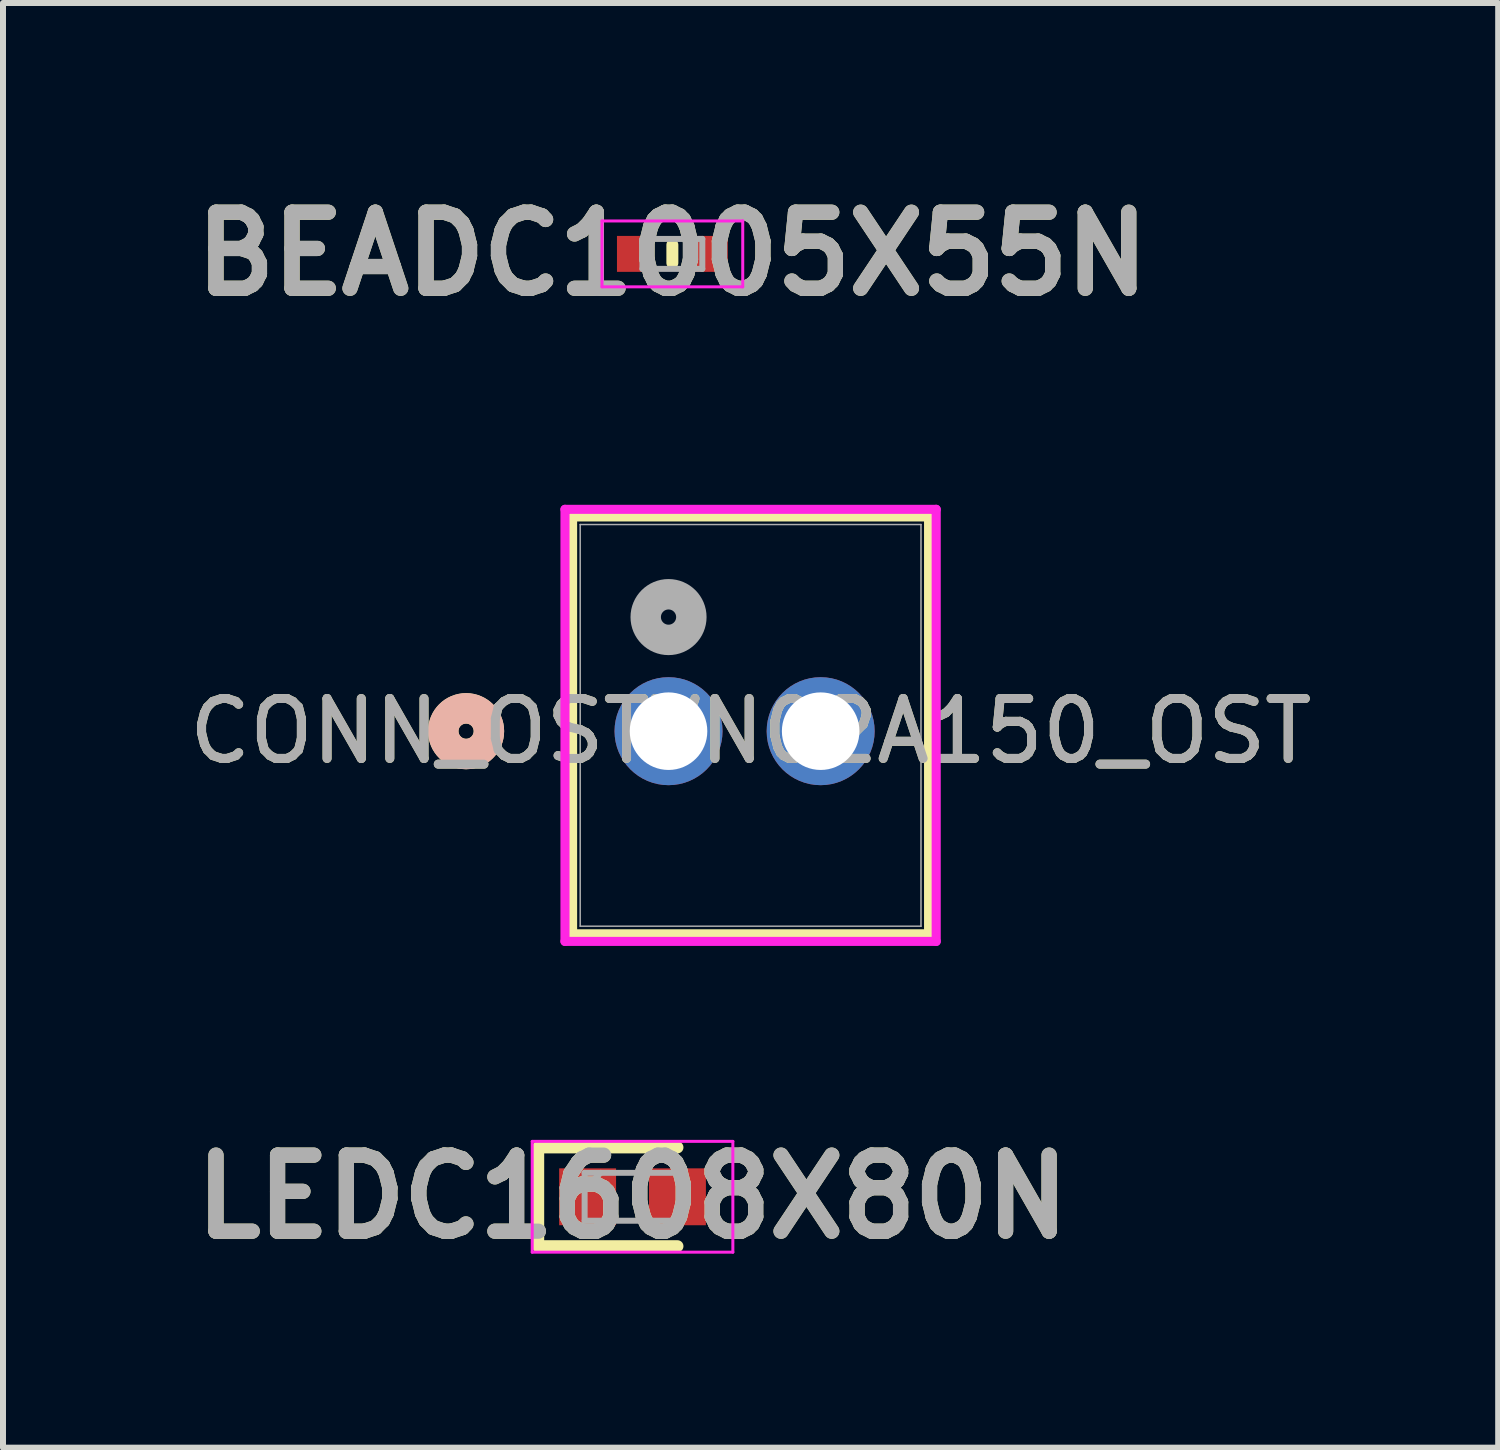
<source format=kicad_pcb>
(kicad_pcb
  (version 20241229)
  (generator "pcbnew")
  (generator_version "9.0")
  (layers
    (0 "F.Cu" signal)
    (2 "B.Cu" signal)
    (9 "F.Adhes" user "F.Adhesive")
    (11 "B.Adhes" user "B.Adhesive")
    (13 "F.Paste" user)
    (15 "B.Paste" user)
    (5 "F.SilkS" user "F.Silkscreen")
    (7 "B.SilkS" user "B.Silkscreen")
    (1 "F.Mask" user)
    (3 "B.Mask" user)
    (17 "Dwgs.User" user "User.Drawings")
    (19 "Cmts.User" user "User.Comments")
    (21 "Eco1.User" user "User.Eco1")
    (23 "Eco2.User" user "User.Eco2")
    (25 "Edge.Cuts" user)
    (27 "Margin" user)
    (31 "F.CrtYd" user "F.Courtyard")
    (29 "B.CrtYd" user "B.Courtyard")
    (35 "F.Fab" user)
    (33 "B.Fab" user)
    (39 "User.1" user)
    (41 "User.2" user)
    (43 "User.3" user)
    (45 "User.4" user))
  (footprint "BEADC1005X55N"
    (layer "F.Cu")
    (at 8.176 1.189)
    (property "Reference" "BEADC1005X55N" (at 0 0 0) (layer "F.SilkS") (effects (font (size 1.27 1.27) (thickness 0.254))))
    (attr smd)
    (fp_line (start 0 -0.15) (end 0 0.15) (stroke (width 0.2) (type solid)) (layer "F.SilkS"))
    (fp_line (start -1.175 -0.55) (end 1.175 -0.55) (stroke (width 0.05) (type solid)) (layer "F.CrtYd"))
    (fp_line (start -1.175 0.55) (end -1.175 -0.55) (stroke (width 0.05) (type solid)) (layer "F.CrtYd"))
    (fp_line (start 1.175 -0.55) (end 1.175 0.55) (stroke (width 0.05) (type solid)) (layer "F.CrtYd"))
    (fp_line (start 1.175 0.55) (end -1.175 0.55) (stroke (width 0.05) (type solid)) (layer "F.CrtYd"))
    (fp_line (start -0.5 -0.25) (end 0.5 -0.25) (stroke (width 0.1) (type solid)) (layer "F.Fab"))
    (fp_line (start -0.5 0.25) (end -0.5 -0.25) (stroke (width 0.1) (type solid)) (layer "F.Fab"))
    (fp_line (start 0.5 -0.25) (end 0.5 0.25) (stroke (width 0.1) (type solid)) (layer "F.Fab"))
    (fp_line (start 0.5 0.25) (end -0.5 0.25) (stroke (width 0.1) (type solid)) (layer "F.Fab"))
    (fp_text user "${REFERENCE}" (at 0 0 0) (layer "F.Fab") (effects (font (size 1.27 1.27) (thickness 0.254))))
    (pad "1" smd rect (at -0.65 0) (size 0.55 0.6) (layers "F.Cu" "F.Mask" "F.Paste"))
    (pad "2" smd rect (at 0.65 0) (size 0.55 0.6) (layers "F.Cu" "F.Mask" "F.Paste")))
  (footprint "CONN_OSTVN02A150_OST"
    (layer "F.Cu")
    (at 8.112 9.158)
    (property "Reference" "CONN_OSTVN02A150_OST" (at 1.37 0 0) (unlocked yes) (layer "F.SilkS") (effects (font (size 1 1) (thickness 0.15))))
    (attr through_hole)
    (fp_line (start -1.602 -3.577) (end -1.602 3.383) (stroke (width 0.152) (type solid)) (layer "F.SilkS"))
    (fp_line (start -1.602 3.383) (end 4.342 3.383) (stroke (width 0.152) (type solid)) (layer "F.SilkS"))
    (fp_line (start 4.342 -3.577) (end -1.602 -3.577) (stroke (width 0.152) (type solid)) (layer "F.SilkS"))
    (fp_line (start 4.342 3.383) (end 4.342 -3.577) (stroke (width 0.152) (type solid)) (layer "F.SilkS"))
    (fp_circle (center -3.38 0) (end -2.999 0) (stroke (width 0.508) (type solid)) (fill no) (layer "F.SilkS"))
    (fp_circle (center -3.38 0) (end -2.999 0) (stroke (width 0.508) (type solid)) (fill no) (layer "B.SilkS"))
    (fp_line (start -1.729 -3.704) (end -1.729 3.51) (stroke (width 0.152) (type solid)) (layer "F.CrtYd"))
    (fp_line (start -1.729 3.51) (end 4.469 3.51) (stroke (width 0.152) (type solid)) (layer "F.CrtYd"))
    (fp_line (start 4.469 -3.704) (end -1.729 -3.704) (stroke (width 0.152) (type solid)) (layer "F.CrtYd"))
    (fp_line (start 4.469 3.51) (end 4.469 -3.704) (stroke (width 0.152) (type solid)) (layer "F.CrtYd"))
    (fp_line (start -1.475 -3.45) (end -1.475 3.256) (stroke (width 0.025) (type solid)) (layer "F.Fab"))
    (fp_line (start -1.475 3.256) (end 4.215 3.256) (stroke (width 0.025) (type solid)) (layer "F.Fab"))
    (fp_line (start 4.215 -3.45) (end -1.475 -3.45) (stroke (width 0.025) (type solid)) (layer "F.Fab"))
    (fp_line (start 4.215 3.256) (end 4.215 -3.45) (stroke (width 0.025) (type solid)) (layer "F.Fab"))
    (fp_circle (center 0 -1.905) (end 0.381 -1.905) (stroke (width 0.508) (type solid)) (fill no) (layer "F.Fab"))
    (fp_text user "${REFERENCE}" (at 1.37 0 0) (unlocked yes) (layer "F.Fab") (effects (font (size 1 1) (thickness 0.15))))
    (pad "1" thru_hole circle (at 0 0) (size 1.803 1.803) (drill 1.295) (layers "*.Cu" "*.Mask"))
    (pad "2" thru_hole circle (at 2.54 0) (size 1.803 1.803) (drill 1.295) (layers "*.Cu" "*.Mask")))
  (footprint "LEDC1608X80N"
    (layer "F.Cu")
    (at 7.511 16.932)
    (property "Reference" "LEDC1608X80N" (at 0 0 0) (layer "F.SilkS") (effects (font (size 1.27 1.27) (thickness 0.254))))
    (attr smd)
    (fp_line (start -1.575 -0.825) (end -1.575 0.825) (stroke (width 0.2) (type solid)) (layer "F.SilkS"))
    (fp_line (start -1.575 0.825) (end 0.75 0.825) (stroke (width 0.2) (type solid)) (layer "F.SilkS"))
    (fp_line (start 0.75 -0.825) (end -1.575 -0.825) (stroke (width 0.2) (type solid)) (layer "F.SilkS"))
    (fp_line (start -1.675 -0.925) (end 1.675 -0.925) (stroke (width 0.05) (type solid)) (layer "F.CrtYd"))
    (fp_line (start -1.675 0.925) (end -1.675 -0.925) (stroke (width 0.05) (type solid)) (layer "F.CrtYd"))
    (fp_line (start 1.675 -0.925) (end 1.675 0.925) (stroke (width 0.05) (type solid)) (layer "F.CrtYd"))
    (fp_line (start 1.675 0.925) (end -1.675 0.925) (stroke (width 0.05) (type solid)) (layer "F.CrtYd"))
    (fp_line (start -0.8 -0.4) (end 0.8 -0.4) (stroke (width 0.1) (type solid)) (layer "F.Fab"))
    (fp_line (start -0.8 -0.133) (end -0.533 -0.4) (stroke (width 0.1) (type solid)) (layer "F.Fab"))
    (fp_line (start -0.8 0.4) (end -0.8 -0.4) (stroke (width 0.1) (type solid)) (layer "F.Fab"))
    (fp_line (start 0.8 -0.4) (end 0.8 0.4) (stroke (width 0.1) (type solid)) (layer "F.Fab"))
    (fp_line (start 0.8 0.4) (end -0.8 0.4) (stroke (width 0.1) (type solid)) (layer "F.Fab"))
    (fp_text user "${REFERENCE}" (at 0 0 0) (layer "F.Fab") (effects (font (size 1.27 1.27) (thickness 0.254))))
    (pad "1" smd rect (at -0.75 0 90) (size 0.95 0.95) (layers "F.Cu" "F.Mask" "F.Paste"))
    (pad "2" smd rect (at 0.75 0 90) (size 0.95 0.95) (layers "F.Cu" "F.Mask" "F.Paste")))
  (gr_rect
    (start -3 -3)
    (end 21.964 21.121)
    (stroke (width 0.1) (type default))
    (fill no)
    (layer "Edge.Cuts")))
</source>
